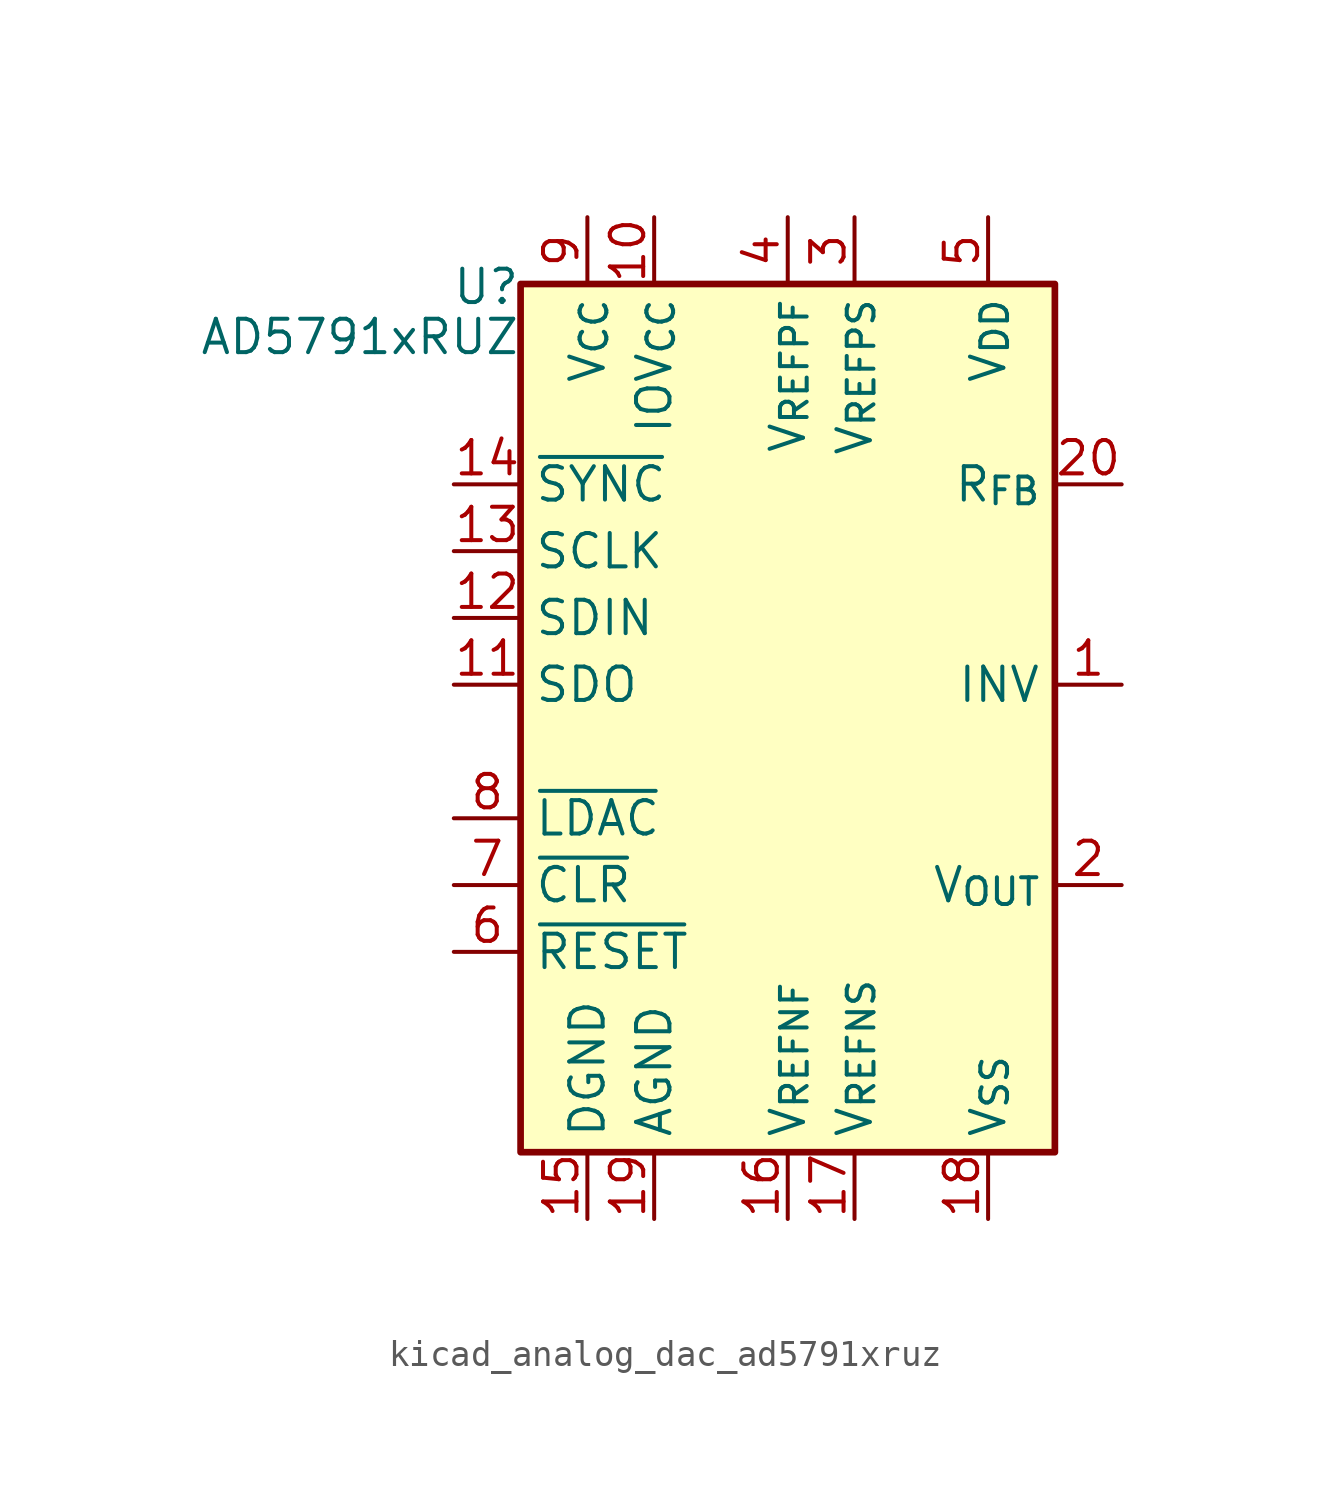
<source format=kicad_sym>
(kicad_symbol_lib
  (version 20220914)
  (generator kicad_symbol_editor)
  (symbol "kicad_analog_dac_ad5791xruz"
    (property "Reference" "U"
      (at -10.16 15.875 0)
      (effects (font (size 1.27 1.27)) (justify right top)))
    (property "Value" "AD5791xRUZ"
      (at -10.16 13.97 0)
      (effects (font (size 1.27 1.27)) (justify right top)))
    (symbol "kicad_analog_dac_ad5791xruz_1_1"
      (rectangle (start -10.16 15.24) (end 10.16 -17.78) (stroke (width 0.254) (type default)) (fill (type background)))
      (pin output line (at 12.7 0 180) (length 2.54) (name "INV" (effects (font (size 1.27 1.27)))) (number "1" (effects (font (size 1.27 1.27)))))
      (pin power_in line (at -5.08 17.78 270) (length 2.54) (name "IOV_{CC}" (effects (font (size 1.27 1.27)))) (number "10" (effects (font (size 1.27 1.27)))))
      (pin output line (at -12.7 0 0) (length 2.54) (name "SDO" (effects (font (size 1.27 1.27)))) (number "11" (effects (font (size 1.27 1.27)))))
      (pin input line (at -12.7 2.54 0) (length 2.54) (name "SDIN" (effects (font (size 1.27 1.27)))) (number "12" (effects (font (size 1.27 1.27)))))
      (pin input line (at -12.7 5.08 0) (length 2.54) (name "SCLK" (effects (font (size 1.27 1.27)))) (number "13" (effects (font (size 1.27 1.27)))))
      (pin input line (at -12.7 7.62 0) (length 2.54) (name "~{SYNC}" (effects (font (size 1.27 1.27)))) (number "14" (effects (font (size 1.27 1.27)))))
      (pin power_in line (at -7.62 -20.32 90) (length 2.54) (name "DGND" (effects (font (size 1.27 1.27)))) (number "15" (effects (font (size 1.27 1.27)))))
      (pin input line (at 0 -20.32 90) (length 2.54) (name "V_{REFNF}" (effects (font (size 1.27 1.27)))) (number "16" (effects (font (size 1.27 1.27)))))
      (pin output line (at 2.54 -20.32 90) (length 2.54) (name "V_{REFNS}" (effects (font (size 1.27 1.27)))) (number "17" (effects (font (size 1.27 1.27)))))
      (pin power_in line (at 7.62 -20.32 90) (length 2.54) (name "V_{SS}" (effects (font (size 1.27 1.27)))) (number "18" (effects (font (size 1.27 1.27)))))
      (pin power_in line (at -5.08 -20.32 90) (length 2.54) (name "AGND" (effects (font (size 1.27 1.27)))) (number "19" (effects (font (size 1.27 1.27)))))
      (pin output line (at 12.7 -7.62 180) (length 2.54) (name "V_{OUT}" (effects (font (size 1.27 1.27)))) (number "2" (effects (font (size 1.27 1.27)))))
      (pin passive line (at 12.7 7.62 180) (length 2.54) (name "R_{FB}" (effects (font (size 1.27 1.27)))) (number "20" (effects (font (size 1.27 1.27)))))
      (pin output line (at 2.54 17.78 270) (length 2.54) (name "V_{REFPS}" (effects (font (size 1.27 1.27)))) (number "3" (effects (font (size 1.27 1.27)))))
      (pin input line (at 0 17.78 270) (length 2.54) (name "V_{REFPF}" (effects (font (size 1.27 1.27)))) (number "4" (effects (font (size 1.27 1.27)))))
      (pin power_in line (at 7.62 17.78 270) (length 2.54) (name "V_{DD}" (effects (font (size 1.27 1.27)))) (number "5" (effects (font (size 1.27 1.27)))))
      (pin input line (at -12.7 -10.16 0) (length 2.54) (name "~{RESET}" (effects (font (size 1.27 1.27)))) (number "6" (effects (font (size 1.27 1.27)))))
      (pin input line (at -12.7 -7.62 0) (length 2.54) (name "~{CLR}" (effects (font (size 1.27 1.27)))) (number "7" (effects (font (size 1.27 1.27)))))
      (pin input line (at -12.7 -5.08 0) (length 2.54) (name "~{LDAC}" (effects (font (size 1.27 1.27)))) (number "8" (effects (font (size 1.27 1.27)))))
      (pin power_in line (at -7.62 17.78 270) (length 2.54) (name "V_{CC}" (effects (font (size 1.27 1.27)))) (number "9" (effects (font (size 1.27 1.27))))))))
</source>
